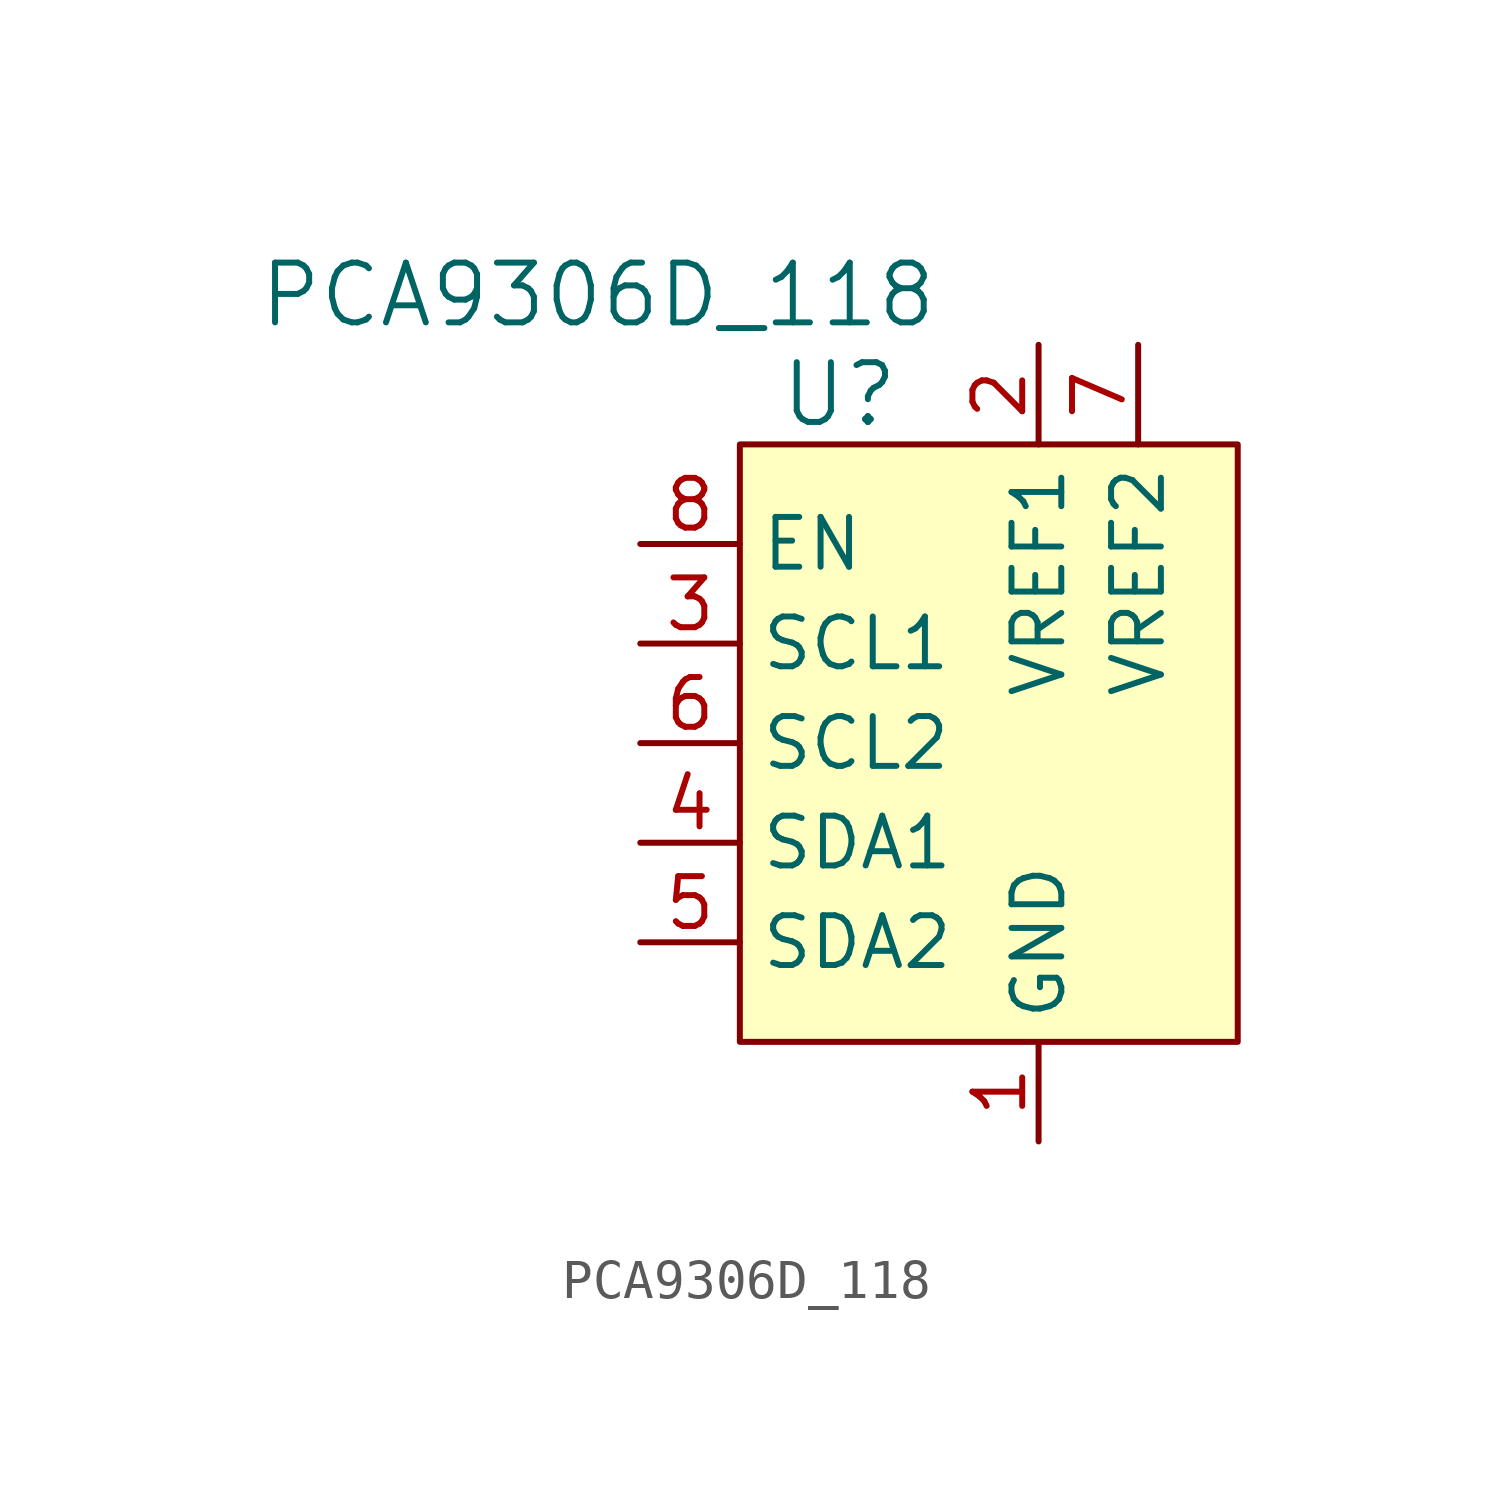
<source format=kicad_sym>
(kicad_symbol_lib
  (version 20231120)
  (generator "kicad_symbol_editor")
  (generator_version "8.0")
  (symbol "PCA9306D_118"
    (property "Reference" "U"
      (at -5.08 11.43 0)
      (effects (font (size 1.524 1.524))))
    (property "Value" "PCA9306D_118"
      (at -2.54 13.97 0)
      (effects (font (size 1.524 1.524)) (justify right)))
    (symbol "PCA9306D_118_0_1"
      (rectangle (start -7.62 10.16) (end 5.08 -5.08) (stroke (width 0) (type solid)) (fill (type background))))
    (symbol "PCA9306D_118_1_1"
      (pin power_in line (at 0 -7.62 90) (length 2.54) (name "GND" (effects (font (size 1.27 1.27)))) (number "1" (effects (font (size 1.27 1.27)))))
      (pin power_in line (at 0 12.7 270) (length 2.54) (name "VREF1" (effects (font (size 1.27 1.27)))) (number "2" (effects (font (size 1.27 1.27)))))
      (pin input line (at -10.16 5.08 0) (length 2.54) (name "SCL1" (effects (font (size 1.27 1.27)))) (number "3" (effects (font (size 1.27 1.27)))))
      (pin bidirectional line (at -10.16 0 0) (length 2.54) (name "SDA1" (effects (font (size 1.27 1.27)))) (number "4" (effects (font (size 1.27 1.27)))))
      (pin bidirectional line (at -10.16 -2.54 0) (length 2.54) (name "SDA2" (effects (font (size 1.27 1.27)))) (number "5" (effects (font (size 1.27 1.27)))))
      (pin input line (at -10.16 2.54 0) (length 2.54) (name "SCL2" (effects (font (size 1.27 1.27)))) (number "6" (effects (font (size 1.27 1.27)))))
      (pin power_in line (at 2.54 12.7 270) (length 2.54) (name "VREF2" (effects (font (size 1.27 1.27)))) (number "7" (effects (font (size 1.27 1.27)))))
      (pin input line (at -10.16 7.62 0) (length 2.54) (name "EN" (effects (font (size 1.27 1.27)))) (number "8" (effects (font (size 1.27 1.27))))))))
</source>
